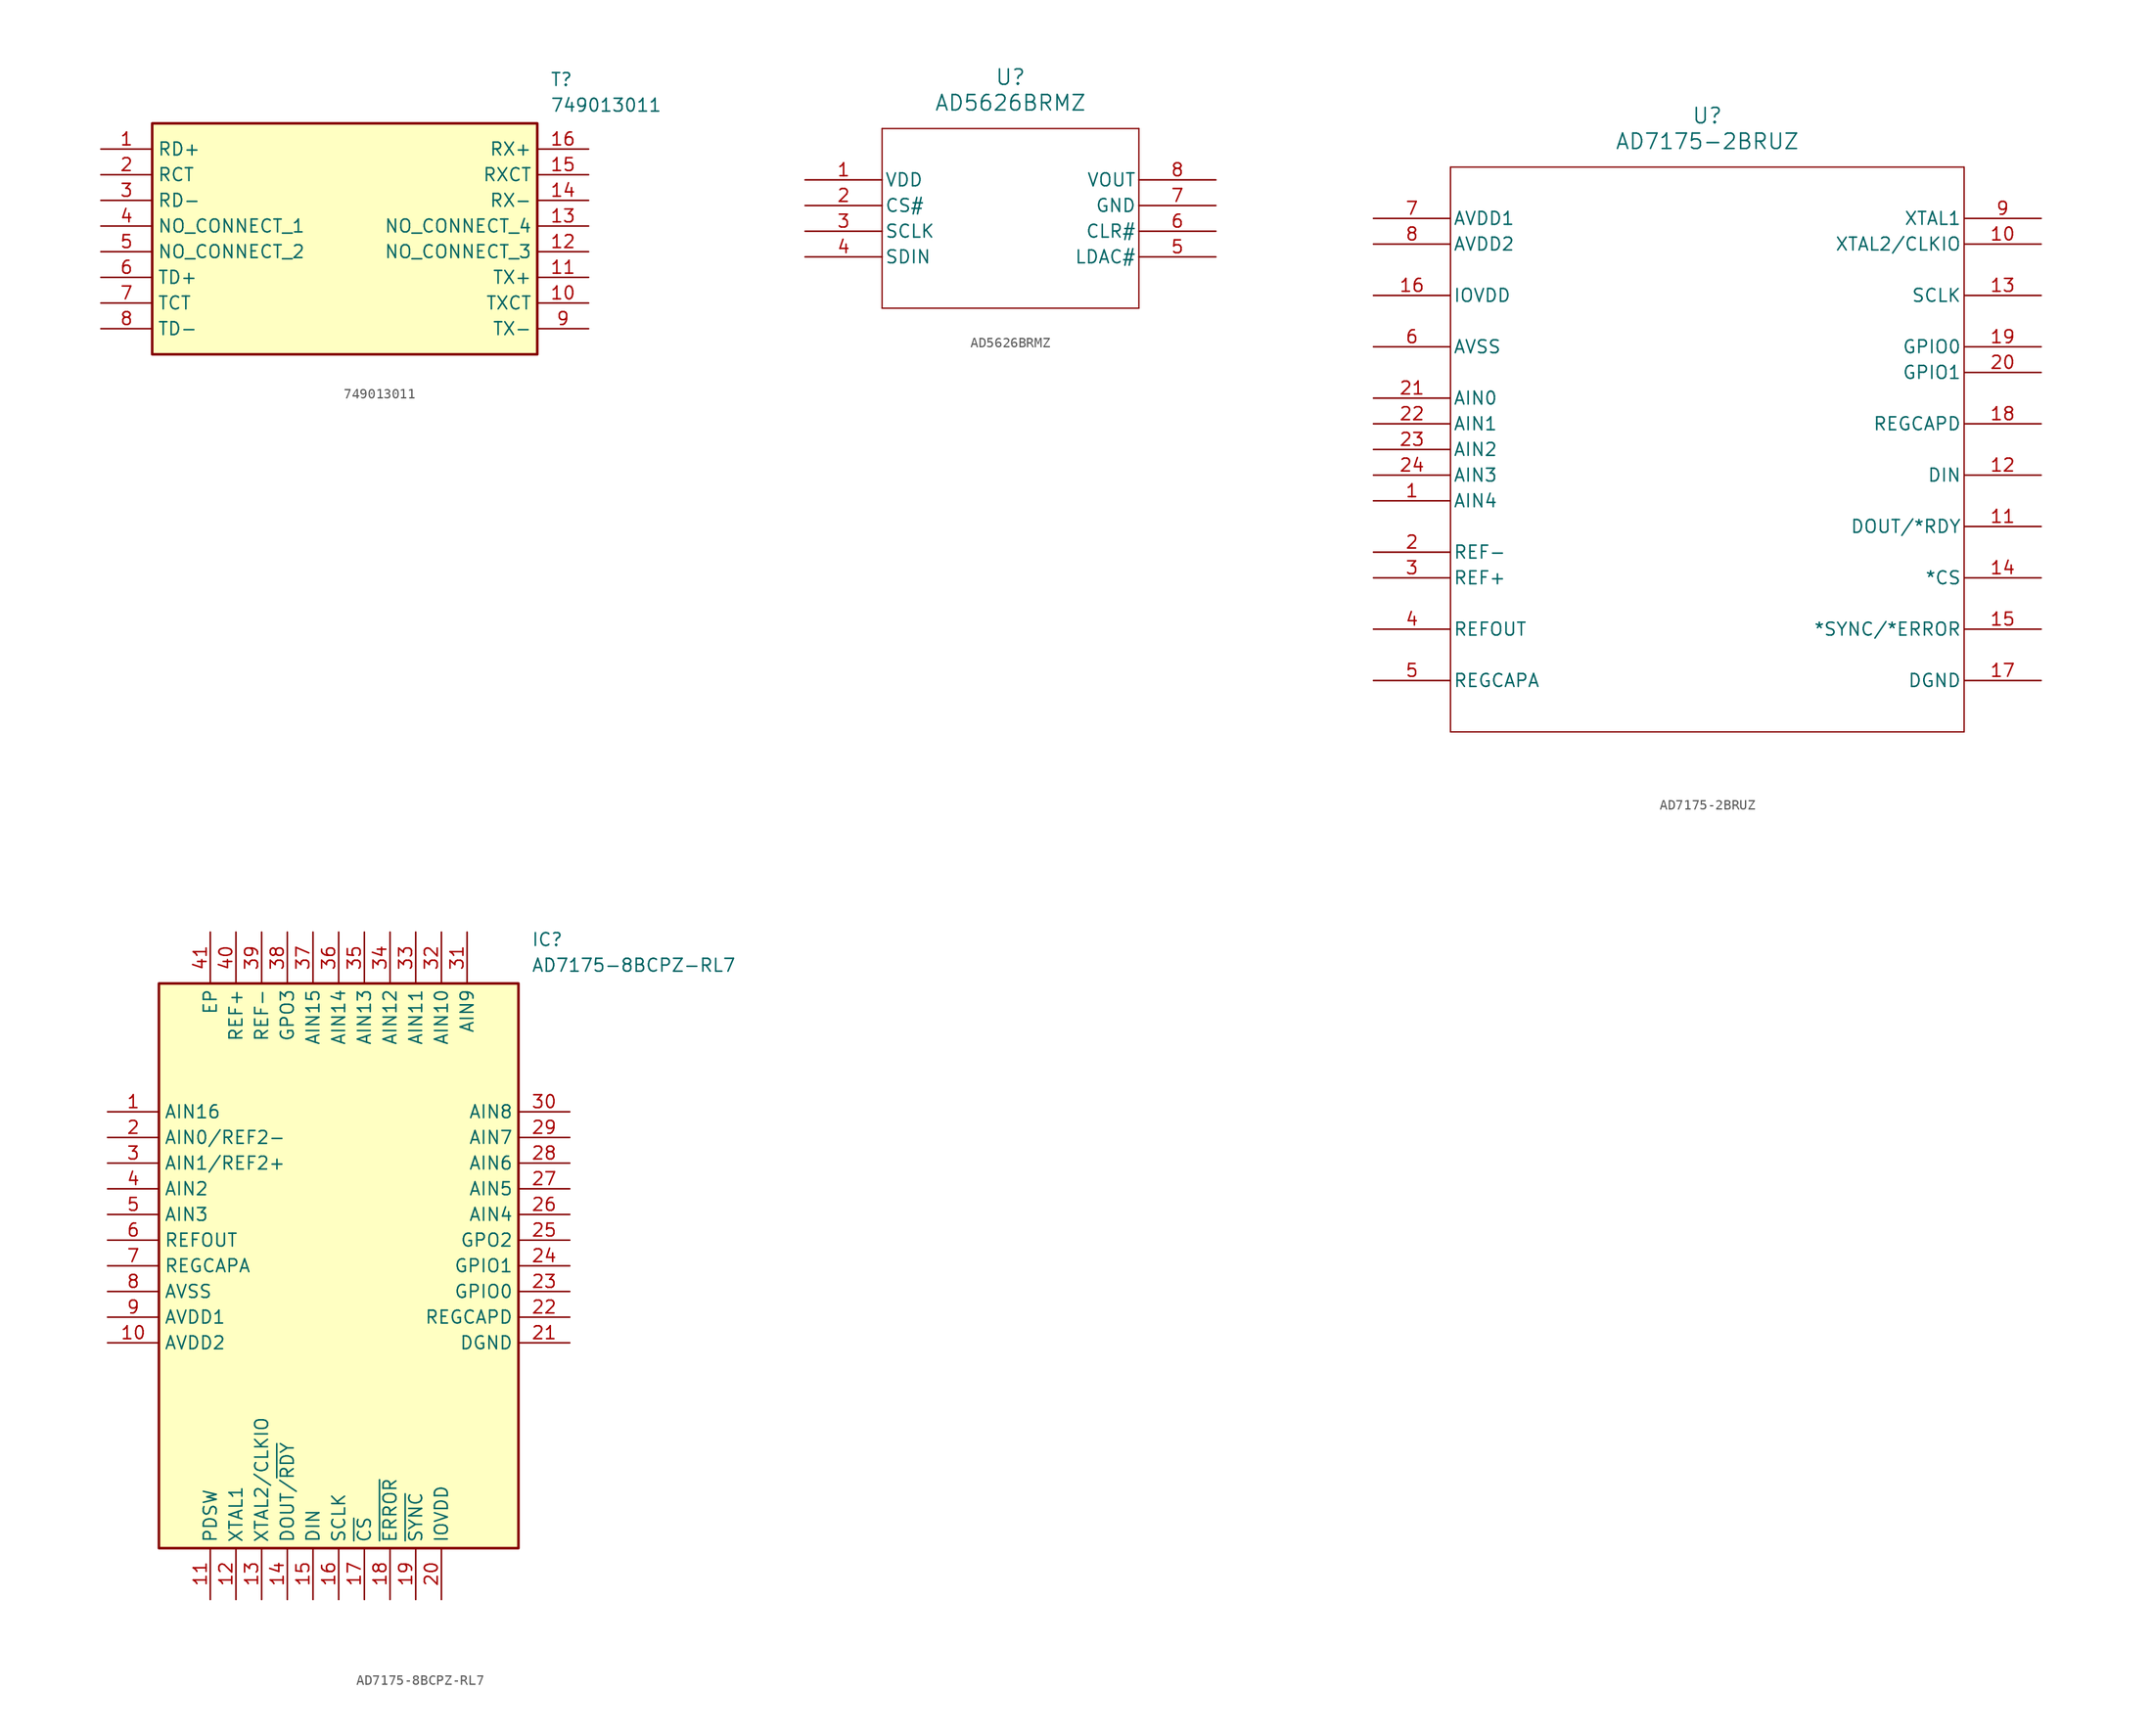
<source format=kicad_sym>
(kicad_symbol_lib
  (version 20220914)
  (generator kicad_symbol_editor)
  (symbol "749013011"
    (property "Reference" "T"
      (at 44.45 7.62 0)
      (effects (font (size 1.27 1.27)) (justify left top)))
    (property "Value" "749013011"
      (at 44.45 5.08 0)
      (effects (font (size 1.27 1.27)) (justify left top)))
    (symbol "749013011_1_1"
      (rectangle (start 5.08 2.54) (end 43.18 -20.32) (stroke (width 0.254) (type default)) (fill (type background)))
      (pin passive line (at 0 0 0) (length 5.08) (name "RD+" (effects (font (size 1.27 1.27)))) (number "1" (effects (font (size 1.27 1.27)))))
      (pin passive line (at 48.26 -15.24 180) (length 5.08) (name "TXCT" (effects (font (size 1.27 1.27)))) (number "10" (effects (font (size 1.27 1.27)))))
      (pin passive line (at 48.26 -12.7 180) (length 5.08) (name "TX+" (effects (font (size 1.27 1.27)))) (number "11" (effects (font (size 1.27 1.27)))))
      (pin passive line (at 48.26 -10.16 180) (length 5.08) (name "NO_CONNECT_3" (effects (font (size 1.27 1.27)))) (number "12" (effects (font (size 1.27 1.27)))))
      (pin passive line (at 48.26 -7.62 180) (length 5.08) (name "NO_CONNECT_4" (effects (font (size 1.27 1.27)))) (number "13" (effects (font (size 1.27 1.27)))))
      (pin passive line (at 48.26 -5.08 180) (length 5.08) (name "RX-" (effects (font (size 1.27 1.27)))) (number "14" (effects (font (size 1.27 1.27)))))
      (pin passive line (at 48.26 -2.54 180) (length 5.08) (name "RXCT" (effects (font (size 1.27 1.27)))) (number "15" (effects (font (size 1.27 1.27)))))
      (pin passive line (at 48.26 0 180) (length 5.08) (name "RX+" (effects (font (size 1.27 1.27)))) (number "16" (effects (font (size 1.27 1.27)))))
      (pin passive line (at 0 -2.54 0) (length 5.08) (name "RCT" (effects (font (size 1.27 1.27)))) (number "2" (effects (font (size 1.27 1.27)))))
      (pin passive line (at 0 -5.08 0) (length 5.08) (name "RD-" (effects (font (size 1.27 1.27)))) (number "3" (effects (font (size 1.27 1.27)))))
      (pin passive line (at 0 -7.62 0) (length 5.08) (name "NO_CONNECT_1" (effects (font (size 1.27 1.27)))) (number "4" (effects (font (size 1.27 1.27)))))
      (pin passive line (at 0 -10.16 0) (length 5.08) (name "NO_CONNECT_2" (effects (font (size 1.27 1.27)))) (number "5" (effects (font (size 1.27 1.27)))))
      (pin passive line (at 0 -12.7 0) (length 5.08) (name "TD+" (effects (font (size 1.27 1.27)))) (number "6" (effects (font (size 1.27 1.27)))))
      (pin passive line (at 0 -15.24 0) (length 5.08) (name "TCT" (effects (font (size 1.27 1.27)))) (number "7" (effects (font (size 1.27 1.27)))))
      (pin passive line (at 0 -17.78 0) (length 5.08) (name "TD-" (effects (font (size 1.27 1.27)))) (number "8" (effects (font (size 1.27 1.27)))))
      (pin passive line (at 48.26 -17.78 180) (length 5.08) (name "TX-" (effects (font (size 1.27 1.27)))) (number "9" (effects (font (size 1.27 1.27)))))))
  (symbol "AD5626BRMZ"
    (pin_names
      (offset 0.254))
    (property "Reference" "U"
      (at 20.32 10.16 0)
      (effects (font (size 1.524 1.524))))
    (property "Value" "AD5626BRMZ"
      (at 20.32 7.62 0)
      (effects (font (size 1.524 1.524))))
    (symbol "AD5626BRMZ_0_1"
      (polyline (pts (xy 7.62 -12.7) (xy 33.02 -12.7)) (stroke (width 0.127) (type default)) (fill (type none)))
      (polyline (pts (xy 7.62 5.08) (xy 7.62 -12.7)) (stroke (width 0.127) (type default)) (fill (type none)))
      (polyline (pts (xy 33.02 -12.7) (xy 33.02 5.08)) (stroke (width 0.127) (type default)) (fill (type none)))
      (polyline (pts (xy 33.02 5.08) (xy 7.62 5.08)) (stroke (width 0.127) (type default)) (fill (type none)))
      (pin power_in line (at 0 0 0) (length 7.62) (name "VDD" (effects (font (size 1.27 1.27)))) (number "1" (effects (font (size 1.27 1.27)))))
      (pin unspecified line (at 0 -2.54 0) (length 7.62) (name "CS#" (effects (font (size 1.27 1.27)))) (number "2" (effects (font (size 1.27 1.27)))))
      (pin unspecified line (at 0 -5.08 0) (length 7.62) (name "SCLK" (effects (font (size 1.27 1.27)))) (number "3" (effects (font (size 1.27 1.27)))))
      (pin unspecified line (at 0 -7.62 0) (length 7.62) (name "SDIN" (effects (font (size 1.27 1.27)))) (number "4" (effects (font (size 1.27 1.27)))))
      (pin unspecified line (at 40.64 -7.62 180) (length 7.62) (name "LDAC#" (effects (font (size 1.27 1.27)))) (number "5" (effects (font (size 1.27 1.27)))))
      (pin unspecified line (at 40.64 -5.08 180) (length 7.62) (name "CLR#" (effects (font (size 1.27 1.27)))) (number "6" (effects (font (size 1.27 1.27)))))
      (pin unspecified line (at 40.64 -2.54 180) (length 7.62) (name "GND" (effects (font (size 1.27 1.27)))) (number "7" (effects (font (size 1.27 1.27)))))
      (pin unspecified line (at 40.64 0 180) (length 7.62) (name "VOUT" (effects (font (size 1.27 1.27)))) (number "8" (effects (font (size 1.27 1.27)))))))
  (symbol "AD7175-2BRUZ"
    (pin_names
      (offset 0.254))
    (property "Reference" "U"
      (at 33.02 10.16 0)
      (effects (font (size 1.524 1.524))))
    (property "Value" "AD7175-2BRUZ"
      (at 33.02 7.62 0)
      (effects (font (size 1.524 1.524))))
    (symbol "AD7175-2BRUZ_0_1"
      (polyline (pts (xy 7.62 -50.8) (xy 58.42 -50.8)) (stroke (width 0.127) (type default)) (fill (type none)))
      (polyline (pts (xy 7.62 5.08) (xy 7.62 -50.8)) (stroke (width 0.127) (type default)) (fill (type none)))
      (polyline (pts (xy 58.42 -50.8) (xy 58.42 5.08)) (stroke (width 0.127) (type default)) (fill (type none)))
      (polyline (pts (xy 58.42 5.08) (xy 7.62 5.08)) (stroke (width 0.127) (type default)) (fill (type none)))
      (pin unspecified line (at 0 -27.94 0) (length 7.62) (name "AIN4" (effects (font (size 1.27 1.27)))) (number "1" (effects (font (size 1.27 1.27)))))
      (pin unspecified line (at 66.04 -2.54 180) (length 7.62) (name "XTAL2/CLKIO" (effects (font (size 1.27 1.27)))) (number "10" (effects (font (size 1.27 1.27)))))
      (pin unspecified line (at 66.04 -30.48 180) (length 7.62) (name "DOUT/*RDY" (effects (font (size 1.27 1.27)))) (number "11" (effects (font (size 1.27 1.27)))))
      (pin unspecified line (at 66.04 -25.4 180) (length 7.62) (name "DIN" (effects (font (size 1.27 1.27)))) (number "12" (effects (font (size 1.27 1.27)))))
      (pin unspecified line (at 66.04 -7.62 180) (length 7.62) (name "SCLK" (effects (font (size 1.27 1.27)))) (number "13" (effects (font (size 1.27 1.27)))))
      (pin unspecified line (at 66.04 -35.56 180) (length 7.62) (name "*CS" (effects (font (size 1.27 1.27)))) (number "14" (effects (font (size 1.27 1.27)))))
      (pin unspecified line (at 66.04 -40.64 180) (length 7.62) (name "*SYNC/*ERROR" (effects (font (size 1.27 1.27)))) (number "15" (effects (font (size 1.27 1.27)))))
      (pin unspecified line (at 0 -7.62 0) (length 7.62) (name "IOVDD" (effects (font (size 1.27 1.27)))) (number "16" (effects (font (size 1.27 1.27)))))
      (pin unspecified line (at 66.04 -45.72 180) (length 7.62) (name "DGND" (effects (font (size 1.27 1.27)))) (number "17" (effects (font (size 1.27 1.27)))))
      (pin unspecified line (at 66.04 -20.32 180) (length 7.62) (name "REGCAPD" (effects (font (size 1.27 1.27)))) (number "18" (effects (font (size 1.27 1.27)))))
      (pin unspecified line (at 66.04 -12.7 180) (length 7.62) (name "GPIO0" (effects (font (size 1.27 1.27)))) (number "19" (effects (font (size 1.27 1.27)))))
      (pin unspecified line (at 0 -33.02 0) (length 7.62) (name "REF-" (effects (font (size 1.27 1.27)))) (number "2" (effects (font (size 1.27 1.27)))))
      (pin unspecified line (at 66.04 -15.24 180) (length 7.62) (name "GPIO1" (effects (font (size 1.27 1.27)))) (number "20" (effects (font (size 1.27 1.27)))))
      (pin unspecified line (at 0 -17.78 0) (length 7.62) (name "AIN0" (effects (font (size 1.27 1.27)))) (number "21" (effects (font (size 1.27 1.27)))))
      (pin unspecified line (at 0 -20.32 0) (length 7.62) (name "AIN1" (effects (font (size 1.27 1.27)))) (number "22" (effects (font (size 1.27 1.27)))))
      (pin unspecified line (at 0 -22.86 0) (length 7.62) (name "AIN2" (effects (font (size 1.27 1.27)))) (number "23" (effects (font (size 1.27 1.27)))))
      (pin unspecified line (at 0 -25.4 0) (length 7.62) (name "AIN3" (effects (font (size 1.27 1.27)))) (number "24" (effects (font (size 1.27 1.27)))))
      (pin unspecified line (at 0 -35.56 0) (length 7.62) (name "REF+" (effects (font (size 1.27 1.27)))) (number "3" (effects (font (size 1.27 1.27)))))
      (pin unspecified line (at 0 -40.64 0) (length 7.62) (name "REFOUT" (effects (font (size 1.27 1.27)))) (number "4" (effects (font (size 1.27 1.27)))))
      (pin unspecified line (at 0 -45.72 0) (length 7.62) (name "REGCAPA" (effects (font (size 1.27 1.27)))) (number "5" (effects (font (size 1.27 1.27)))))
      (pin unspecified line (at 0 -12.7 0) (length 7.62) (name "AVSS" (effects (font (size 1.27 1.27)))) (number "6" (effects (font (size 1.27 1.27)))))
      (pin unspecified line (at 0 0 0) (length 7.62) (name "AVDD1" (effects (font (size 1.27 1.27)))) (number "7" (effects (font (size 1.27 1.27)))))
      (pin unspecified line (at 0 -2.54 0) (length 7.62) (name "AVDD2" (effects (font (size 1.27 1.27)))) (number "8" (effects (font (size 1.27 1.27)))))
      (pin unspecified line (at 66.04 0 180) (length 7.62) (name "XTAL1" (effects (font (size 1.27 1.27)))) (number "9" (effects (font (size 1.27 1.27)))))))
  (symbol "AD7175-8BCPZ-RL7"
    (property "Reference" "IC"
      (at 41.91 17.78 0)
      (effects (font (size 1.27 1.27)) (justify left top)))
    (property "Value" "AD7175-8BCPZ-RL7"
      (at 41.91 15.24 0)
      (effects (font (size 1.27 1.27)) (justify left top)))
    (symbol "AD7175-8BCPZ-RL7_1_1"
      (rectangle (start 5.08 12.7) (end 40.64 -43.18) (stroke (width 0.254) (type default)) (fill (type background)))
      (pin passive line (at 0 0 0) (length 5.08) (name "AIN16" (effects (font (size 1.27 1.27)))) (number "1" (effects (font (size 1.27 1.27)))))
      (pin passive line (at 0 -22.86 0) (length 5.08) (name "AVDD2" (effects (font (size 1.27 1.27)))) (number "10" (effects (font (size 1.27 1.27)))))
      (pin passive line (at 10.16 -48.26 90) (length 5.08) (name "PDSW" (effects (font (size 1.27 1.27)))) (number "11" (effects (font (size 1.27 1.27)))))
      (pin passive line (at 12.7 -48.26 90) (length 5.08) (name "XTAL1" (effects (font (size 1.27 1.27)))) (number "12" (effects (font (size 1.27 1.27)))))
      (pin passive line (at 15.24 -48.26 90) (length 5.08) (name "XTAL2/CLKIO" (effects (font (size 1.27 1.27)))) (number "13" (effects (font (size 1.27 1.27)))))
      (pin passive line (at 17.78 -48.26 90) (length 5.08) (name "DOUT/~{RDY}" (effects (font (size 1.27 1.27)))) (number "14" (effects (font (size 1.27 1.27)))))
      (pin passive line (at 20.32 -48.26 90) (length 5.08) (name "DIN" (effects (font (size 1.27 1.27)))) (number "15" (effects (font (size 1.27 1.27)))))
      (pin passive line (at 22.86 -48.26 90) (length 5.08) (name "SCLK" (effects (font (size 1.27 1.27)))) (number "16" (effects (font (size 1.27 1.27)))))
      (pin passive line (at 25.4 -48.26 90) (length 5.08) (name "~{CS}" (effects (font (size 1.27 1.27)))) (number "17" (effects (font (size 1.27 1.27)))))
      (pin passive line (at 27.94 -48.26 90) (length 5.08) (name "~{ERROR}" (effects (font (size 1.27 1.27)))) (number "18" (effects (font (size 1.27 1.27)))))
      (pin passive line (at 30.48 -48.26 90) (length 5.08) (name "~{SYNC}" (effects (font (size 1.27 1.27)))) (number "19" (effects (font (size 1.27 1.27)))))
      (pin passive line (at 0 -2.54 0) (length 5.08) (name "AIN0/REF2-" (effects (font (size 1.27 1.27)))) (number "2" (effects (font (size 1.27 1.27)))))
      (pin passive line (at 33.02 -48.26 90) (length 5.08) (name "IOVDD" (effects (font (size 1.27 1.27)))) (number "20" (effects (font (size 1.27 1.27)))))
      (pin passive line (at 45.72 -22.86 180) (length 5.08) (name "DGND" (effects (font (size 1.27 1.27)))) (number "21" (effects (font (size 1.27 1.27)))))
      (pin passive line (at 45.72 -20.32 180) (length 5.08) (name "REGCAPD" (effects (font (size 1.27 1.27)))) (number "22" (effects (font (size 1.27 1.27)))))
      (pin passive line (at 45.72 -17.78 180) (length 5.08) (name "GPIO0" (effects (font (size 1.27 1.27)))) (number "23" (effects (font (size 1.27 1.27)))))
      (pin passive line (at 45.72 -15.24 180) (length 5.08) (name "GPIO1" (effects (font (size 1.27 1.27)))) (number "24" (effects (font (size 1.27 1.27)))))
      (pin passive line (at 45.72 -12.7 180) (length 5.08) (name "GPO2" (effects (font (size 1.27 1.27)))) (number "25" (effects (font (size 1.27 1.27)))))
      (pin passive line (at 45.72 -10.16 180) (length 5.08) (name "AIN4" (effects (font (size 1.27 1.27)))) (number "26" (effects (font (size 1.27 1.27)))))
      (pin passive line (at 45.72 -7.62 180) (length 5.08) (name "AIN5" (effects (font (size 1.27 1.27)))) (number "27" (effects (font (size 1.27 1.27)))))
      (pin passive line (at 45.72 -5.08 180) (length 5.08) (name "AIN6" (effects (font (size 1.27 1.27)))) (number "28" (effects (font (size 1.27 1.27)))))
      (pin passive line (at 45.72 -2.54 180) (length 5.08) (name "AIN7" (effects (font (size 1.27 1.27)))) (number "29" (effects (font (size 1.27 1.27)))))
      (pin passive line (at 0 -5.08 0) (length 5.08) (name "AIN1/REF2+" (effects (font (size 1.27 1.27)))) (number "3" (effects (font (size 1.27 1.27)))))
      (pin passive line (at 45.72 0 180) (length 5.08) (name "AIN8" (effects (font (size 1.27 1.27)))) (number "30" (effects (font (size 1.27 1.27)))))
      (pin passive line (at 35.56 17.78 270) (length 5.08) (name "AIN9" (effects (font (size 1.27 1.27)))) (number "31" (effects (font (size 1.27 1.27)))))
      (pin passive line (at 33.02 17.78 270) (length 5.08) (name "AIN10" (effects (font (size 1.27 1.27)))) (number "32" (effects (font (size 1.27 1.27)))))
      (pin passive line (at 30.48 17.78 270) (length 5.08) (name "AIN11" (effects (font (size 1.27 1.27)))) (number "33" (effects (font (size 1.27 1.27)))))
      (pin passive line (at 27.94 17.78 270) (length 5.08) (name "AIN12" (effects (font (size 1.27 1.27)))) (number "34" (effects (font (size 1.27 1.27)))))
      (pin passive line (at 25.4 17.78 270) (length 5.08) (name "AIN13" (effects (font (size 1.27 1.27)))) (number "35" (effects (font (size 1.27 1.27)))))
      (pin passive line (at 22.86 17.78 270) (length 5.08) (name "AIN14" (effects (font (size 1.27 1.27)))) (number "36" (effects (font (size 1.27 1.27)))))
      (pin passive line (at 20.32 17.78 270) (length 5.08) (name "AIN15" (effects (font (size 1.27 1.27)))) (number "37" (effects (font (size 1.27 1.27)))))
      (pin passive line (at 17.78 17.78 270) (length 5.08) (name "GPO3" (effects (font (size 1.27 1.27)))) (number "38" (effects (font (size 1.27 1.27)))))
      (pin passive line (at 15.24 17.78 270) (length 5.08) (name "REF-" (effects (font (size 1.27 1.27)))) (number "39" (effects (font (size 1.27 1.27)))))
      (pin passive line (at 0 -7.62 0) (length 5.08) (name "AIN2" (effects (font (size 1.27 1.27)))) (number "4" (effects (font (size 1.27 1.27)))))
      (pin passive line (at 12.7 17.78 270) (length 5.08) (name "REF+" (effects (font (size 1.27 1.27)))) (number "40" (effects (font (size 1.27 1.27)))))
      (pin passive line (at 10.16 17.78 270) (length 5.08) (name "EP" (effects (font (size 1.27 1.27)))) (number "41" (effects (font (size 1.27 1.27)))))
      (pin passive line (at 0 -10.16 0) (length 5.08) (name "AIN3" (effects (font (size 1.27 1.27)))) (number "5" (effects (font (size 1.27 1.27)))))
      (pin passive line (at 0 -12.7 0) (length 5.08) (name "REFOUT" (effects (font (size 1.27 1.27)))) (number "6" (effects (font (size 1.27 1.27)))))
      (pin passive line (at 0 -15.24 0) (length 5.08) (name "REGCAPA" (effects (font (size 1.27 1.27)))) (number "7" (effects (font (size 1.27 1.27)))))
      (pin passive line (at 0 -17.78 0) (length 5.08) (name "AVSS" (effects (font (size 1.27 1.27)))) (number "8" (effects (font (size 1.27 1.27)))))
      (pin passive line (at 0 -20.32 0) (length 5.08) (name "AVDD1" (effects (font (size 1.27 1.27)))) (number "9" (effects (font (size 1.27 1.27))))))))
</source>
